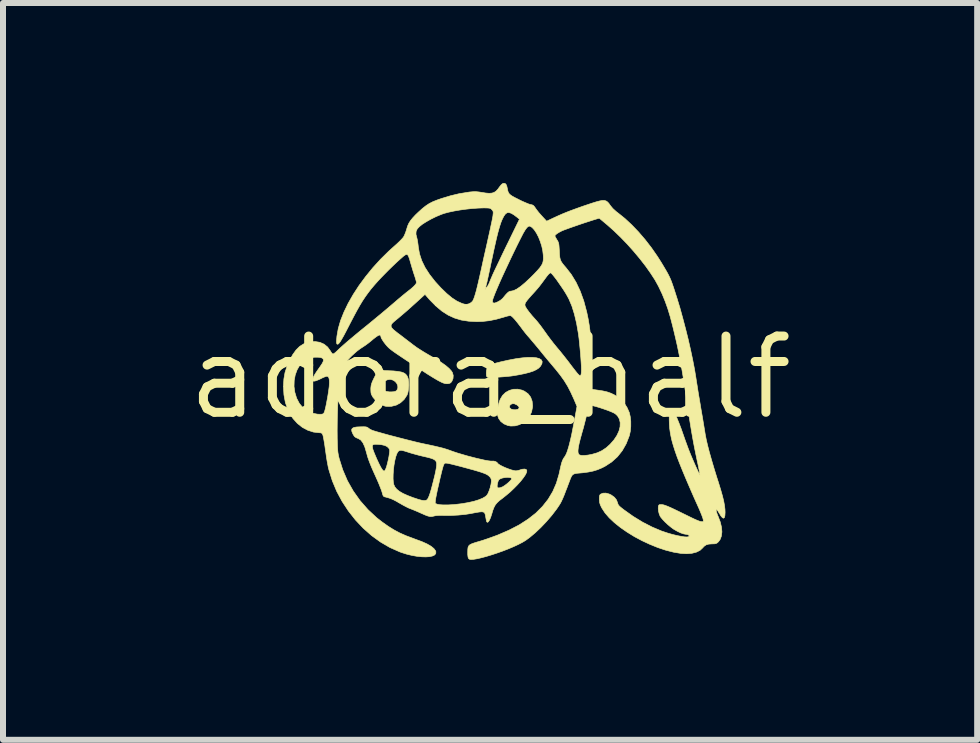
<source format=kicad_pcb>
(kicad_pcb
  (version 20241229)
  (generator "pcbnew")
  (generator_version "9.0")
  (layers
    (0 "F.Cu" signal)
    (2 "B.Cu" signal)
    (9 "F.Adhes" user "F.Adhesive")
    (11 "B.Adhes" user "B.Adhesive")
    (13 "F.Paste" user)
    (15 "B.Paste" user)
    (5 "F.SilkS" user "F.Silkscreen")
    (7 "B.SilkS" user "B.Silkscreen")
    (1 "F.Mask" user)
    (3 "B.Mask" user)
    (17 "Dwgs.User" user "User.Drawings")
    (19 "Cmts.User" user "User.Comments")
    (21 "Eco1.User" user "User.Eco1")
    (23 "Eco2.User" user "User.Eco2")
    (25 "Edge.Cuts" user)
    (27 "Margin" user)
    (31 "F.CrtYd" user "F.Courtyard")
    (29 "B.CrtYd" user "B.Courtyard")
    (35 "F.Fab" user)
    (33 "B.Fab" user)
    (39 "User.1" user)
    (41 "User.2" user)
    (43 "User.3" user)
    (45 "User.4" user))
  (footprint "adora_half"
    (layer "F.Cu")
    (at 5.118 3.241)
    (property "Reference" "adora_half" (at 0 0 0) (layer "F.SilkS") (effects (font (size 1.27 1.27) (thickness 0.15))))
    (attr through_hole)
    (fp_poly (pts (xy 0.773 -0.328) (xy 0.822 -0.314) (xy 0.854 -0.293) (xy 0.868 -0.265) (xy 0.863 -0.23) (xy 0.84 -0.188) (xy 0.839 -0.187) (xy 0.81 -0.157) (xy 0.771 -0.131) (xy 0.72 -0.107) (xy 0.654 -0.085) (xy 0.572 -0.064) (xy 0.472 -0.044) (xy 0.402 -0.032) (xy 0.35 -0.024) (xy 0.29 -0.018) (xy 0.224 -0.012) (xy 0.157 -0.007) (xy 0.092 -0.004) (xy 0.036 -0.003) (xy -0.01 -0.003) (xy -0.039 -0.005) (xy -0.045 -0.007) (xy -0.056 -0.015) (xy -0.062 -0.033) (xy -0.063 -0.067) (xy -0.064 -0.07) (xy -0.061 -0.114) (xy -0.052 -0.149) (xy -0.033 -0.178) (xy -0.004 -0.201) (xy 0.04 -0.222) (xy 0.1 -0.241) (xy 0.17 -0.259) (xy 0.304 -0.289) (xy 0.425 -0.312) (xy 0.534 -0.327) (xy 0.628 -0.335) (xy 0.708 -0.335) (xy 0.773 -0.328)) (stroke (width 0.01) (type solid)) (fill yes) (layer "F.SilkS"))
    (fp_poly (pts (xy 0.533 0.211) (xy 0.573 0.229) (xy 0.633 0.272) (xy 0.675 0.327) (xy 0.7 0.394) (xy 0.708 0.472) (xy 0.706 0.498) (xy 0.691 0.573) (xy 0.659 0.642) (xy 0.613 0.701) (xy 0.555 0.75) (xy 0.489 0.786) (xy 0.418 0.806) (xy 0.344 0.809) (xy 0.294 0.8) (xy 0.23 0.773) (xy 0.177 0.732) (xy 0.14 0.679) (xy 0.121 0.617) (xy 0.12 0.575) (xy 0.126 0.519) (xy 0.135 0.477) (xy 0.322 0.477) (xy 0.325 0.502) (xy 0.346 0.523) (xy 0.352 0.527) (xy 0.387 0.537) (xy 0.426 0.538) (xy 0.46 0.531) (xy 0.471 0.525) (xy 0.484 0.506) (xy 0.477 0.484) (xy 0.45 0.46) (xy 0.442 0.455) (xy 0.401 0.437) (xy 0.366 0.438) (xy 0.338 0.453) (xy 0.322 0.477) (xy 0.135 0.477) (xy 0.138 0.458) (xy 0.155 0.399) (xy 0.17 0.361) (xy 0.208 0.298) (xy 0.259 0.249) (xy 0.321 0.215) (xy 0.389 0.196) (xy 0.461 0.195) (xy 0.533 0.211)) (stroke (width 0.01) (type solid)) (fill yes) (layer "F.SilkS"))
    (fp_poly (pts (xy -1.699 -0.113) (xy -1.609 -0.109) (xy -1.536 -0.101) (xy -1.48 -0.091) (xy -1.438 -0.076) (xy -1.407 -0.055) (xy -1.385 -0.028) (xy -1.37 0.006) (xy -1.364 0.025) (xy -1.357 0.073) (xy -1.355 0.13) (xy -1.36 0.19) (xy -1.369 0.246) (xy -1.383 0.289) (xy -1.385 0.294) (xy -1.433 0.366) (xy -1.493 0.421) (xy -1.563 0.46) (xy -1.642 0.48) (xy -1.656 0.481) (xy -1.697 0.482) (xy -1.735 0.48) (xy -1.753 0.477) (xy -1.807 0.456) (xy -1.861 0.421) (xy -1.911 0.378) (xy -1.952 0.33) (xy -1.978 0.283) (xy -1.98 0.279) (xy -1.986 0.248) (xy -1.988 0.206) (xy -1.988 0.174) (xy -1.986 0.161) (xy -1.838 0.161) (xy -1.82 0.19) (xy -1.785 0.214) (xy -1.737 0.231) (xy -1.68 0.24) (xy -1.642 0.24) (xy -1.602 0.237) (xy -1.577 0.23) (xy -1.56 0.219) (xy -1.554 0.213) (xy -1.538 0.178) (xy -1.539 0.139) (xy -1.554 0.101) (xy -1.581 0.068) (xy -1.618 0.044) (xy -1.661 0.032) (xy -1.672 0.032) (xy -1.71 0.038) (xy -1.75 0.056) (xy -1.788 0.08) (xy -1.817 0.108) (xy -1.835 0.137) (xy -1.838 0.161) (xy -1.986 0.161) (xy -1.984 0.139) (xy -1.976 0.106) (xy -1.963 0.07) (xy -1.941 0.023) (xy -1.926 -0.007) (xy -1.869 -0.12) (xy -1.699 -0.113)) (stroke (width 0.01) (type solid)) (fill yes) (layer "F.SilkS"))
    (fp_poly (pts (xy -2.073 0.823) (xy -2.052 0.828) (xy -2.036 0.837) (xy -2.03 0.842) (xy -2.004 0.861) (xy -1.97 0.878) (xy -1.963 0.881) (xy -1.935 0.89) (xy -1.889 0.904) (xy -1.829 0.921) (xy -1.758 0.941) (xy -1.678 0.963) (xy -1.593 0.985) (xy -1.505 1.008) (xy -1.419 1.03) (xy -1.336 1.051) (xy -1.26 1.07) (xy -1.194 1.086) (xy -1.141 1.098) (xy -1.127 1.101) (xy -1.017 1.124) (xy -0.925 1.144) (xy -0.849 1.162) (xy -0.785 1.178) (xy -0.732 1.194) (xy -0.687 1.209) (xy -0.663 1.218) (xy -0.607 1.238) (xy -0.54 1.26) (xy -0.466 1.282) (xy -0.387 1.305) (xy -0.307 1.326) (xy -0.229 1.346) (xy -0.155 1.363) (xy -0.089 1.378) (xy -0.033 1.388) (xy 0.008 1.393) (xy 0.033 1.393) (xy 0.035 1.393) (xy 0.061 1.393) (xy 0.09 1.401) (xy 0.113 1.414) (xy 0.12 1.423) (xy 0.135 1.44) (xy 0.165 1.46) (xy 0.207 1.482) (xy 0.256 1.504) (xy 0.308 1.524) (xy 0.357 1.541) (xy 0.401 1.552) (xy 0.43 1.556) (xy 0.462 1.551) (xy 0.498 1.541) (xy 0.502 1.539) (xy 0.537 1.529) (xy 0.571 1.526) (xy 0.575 1.526) (xy 0.6 1.532) (xy 0.61 1.547) (xy 0.612 1.556) (xy 0.606 1.585) (xy 0.586 1.625) (xy 0.553 1.673) (xy 0.51 1.728) (xy 0.457 1.787) (xy 0.398 1.847) (xy 0.334 1.908) (xy 0.266 1.965) (xy 0.207 2.012) (xy 0.154 2.052) (xy 0.116 2.088) (xy 0.087 2.123) (xy 0.065 2.164) (xy 0.045 2.215) (xy 0.028 2.273) (xy 0.008 2.334) (xy -0.012 2.379) (xy -0.03 2.406) (xy -0.046 2.414) (xy -0.057 2.404) (xy -0.061 2.39) (xy -0.067 2.361) (xy -0.073 2.328) (xy -0.079 2.293) (xy -0.087 2.267) (xy -0.098 2.25) (xy -0.116 2.241) (xy -0.143 2.238) (xy -0.183 2.242) (xy -0.238 2.251) (xy -0.31 2.265) (xy -0.313 2.266) (xy -0.415 2.282) (xy -0.529 2.293) (xy -0.646 2.299) (xy -0.756 2.3) (xy -0.778 2.299) (xy -0.847 2.298) (xy -0.902 2.302) (xy -0.931 2.308) (xy -0.961 2.315) (xy -0.987 2.318) (xy -1.013 2.315) (xy -1.046 2.306) (xy -1.087 2.29) (xy -1.143 2.265) (xy -1.155 2.26) (xy -1.208 2.236) (xy -1.258 2.215) (xy -1.302 2.197) (xy -1.331 2.186) (xy -1.361 2.174) (xy -1.403 2.153) (xy -1.452 2.127) (xy -1.499 2.1) (xy -1.53 2.082) (xy -0.915 2.082) (xy -0.913 2.097) (xy -0.912 2.098) (xy -0.886 2.111) (xy -0.842 2.12) (xy -0.781 2.124) (xy -0.705 2.124) (xy -0.616 2.119) (xy -0.582 2.116) (xy -0.47 2.103) (xy -0.366 2.085) (xy -0.272 2.064) (xy -0.191 2.039) (xy -0.125 2.012) (xy -0.076 1.983) (xy -0.055 1.964) (xy -0.035 1.933) (xy -0.016 1.887) (xy 0.002 1.834) (xy 0.011 1.795) (xy 0.118 1.795) (xy 0.118 1.822) (xy 0.121 1.83) (xy 0.139 1.841) (xy 0.17 1.837) (xy 0.21 1.821) (xy 0.239 1.803) (xy 0.273 1.778) (xy 0.306 1.75) (xy 0.334 1.723) (xy 0.354 1.7) (xy 0.36 1.688) (xy 0.351 1.674) (xy 0.326 1.667) (xy 0.291 1.664) (xy 0.251 1.667) (xy 0.211 1.674) (xy 0.176 1.685) (xy 0.151 1.7) (xy 0.146 1.704) (xy 0.134 1.728) (xy 0.124 1.761) (xy 0.118 1.795) (xy 0.011 1.795) (xy 0.015 1.779) (xy 0.021 1.731) (xy 0.021 1.72) (xy 0.017 1.69) (xy 0.003 1.665) (xy -0.016 1.645) (xy -0.031 1.632) (xy -0.05 1.62) (xy -0.075 1.607) (xy -0.108 1.594) (xy -0.15 1.579) (xy -0.205 1.562) (xy -0.273 1.542) (xy -0.357 1.519) (xy -0.46 1.491) (xy -0.474 1.487) (xy -0.56 1.465) (xy -0.627 1.448) (xy -0.678 1.436) (xy -0.714 1.429) (xy -0.738 1.427) (xy -0.751 1.428) (xy -0.751 1.429) (xy -0.761 1.435) (xy -0.769 1.446) (xy -0.777 1.463) (xy -0.786 1.49) (xy -0.797 1.53) (xy -0.811 1.584) (xy -0.828 1.656) (xy -0.83 1.662) (xy -0.856 1.777) (xy -0.878 1.872) (xy -0.894 1.95) (xy -0.906 2.01) (xy -0.912 2.054) (xy -0.915 2.082) (xy -1.53 2.082) (xy -1.563 2.063) (xy -1.615 2.036) (xy -1.659 2.017) (xy -1.703 2.003) (xy -1.74 1.993) (xy -1.762 1.988) (xy -1.776 1.979) (xy -1.786 1.963) (xy -1.795 1.933) (xy -1.801 1.911) (xy -1.812 1.877) (xy -1.831 1.829) (xy -1.854 1.771) (xy -1.881 1.708) (xy -1.891 1.686) (xy -1.617 1.686) (xy -1.613 1.745) (xy -1.606 1.782) (xy -1.588 1.823) (xy -1.557 1.861) (xy -1.513 1.897) (xy -1.453 1.932) (xy -1.375 1.967) (xy -1.279 2.004) (xy -1.259 2.01) (xy -1.194 2.032) (xy -1.145 2.045) (xy -1.109 2.051) (xy -1.082 2.051) (xy -1.061 2.044) (xy -1.059 2.043) (xy -1.045 2.031) (xy -1.031 2.008) (xy -1.016 1.973) (xy -0.999 1.924) (xy -0.98 1.859) (xy -0.958 1.776) (xy -0.943 1.716) (xy -0.921 1.628) (xy -0.906 1.558) (xy -0.896 1.503) (xy -0.891 1.461) (xy -0.891 1.43) (xy -0.897 1.407) (xy -0.907 1.39) (xy -0.911 1.386) (xy -0.925 1.373) (xy -0.942 1.363) (xy -0.965 1.353) (xy -0.999 1.342) (xy -1.045 1.33) (xy -1.108 1.315) (xy -1.127 1.311) (xy -1.192 1.295) (xy -1.262 1.276) (xy -1.329 1.257) (xy -1.375 1.242) (xy -1.433 1.224) (xy -1.475 1.214) (xy -1.504 1.215) (xy -1.526 1.226) (xy -1.543 1.248) (xy -1.556 1.274) (xy -1.574 1.325) (xy -1.589 1.389) (xy -1.602 1.463) (xy -1.611 1.54) (xy -1.616 1.616) (xy -1.617 1.686) (xy -1.891 1.686) (xy -1.904 1.657) (xy -1.945 1.566) (xy -1.978 1.491) (xy -2.004 1.426) (xy -2.025 1.37) (xy -2.043 1.317) (xy -2.057 1.264) (xy -2.065 1.236) (xy -2.09 1.152) (xy -2.097 1.138) (xy -1.962 1.138) (xy -1.962 1.165) (xy -1.952 1.203) (xy -1.932 1.256) (xy -1.903 1.325) (xy -1.888 1.36) (xy -1.851 1.439) (xy -1.82 1.499) (xy -1.794 1.539) (xy -1.774 1.558) (xy -1.763 1.56) (xy -1.752 1.547) (xy -1.738 1.52) (xy -1.725 1.484) (xy -1.725 1.483) (xy -1.713 1.44) (xy -1.7 1.385) (xy -1.688 1.328) (xy -1.685 1.311) (xy -1.678 1.264) (xy -1.674 1.232) (xy -1.674 1.211) (xy -1.678 1.196) (xy -1.686 1.182) (xy -1.687 1.181) (xy -1.714 1.153) (xy -1.754 1.133) (xy -1.811 1.12) (xy -1.861 1.115) (xy -1.902 1.113) (xy -1.932 1.114) (xy -1.953 1.122) (xy -1.962 1.138) (xy -2.097 1.138) (xy -2.12 1.088) (xy -2.155 1.043) (xy -2.194 1.019) (xy -2.196 1.018) (xy -2.233 1.003) (xy -2.259 0.985) (xy -2.279 0.955) (xy -2.287 0.94) (xy -2.304 0.9) (xy -2.308 0.869) (xy -2.297 0.848) (xy -2.269 0.833) (xy -2.224 0.825) (xy -2.159 0.822) (xy -2.152 0.822) (xy -2.104 0.821) (xy -2.073 0.823)) (stroke (width 0.01) (type solid)) (fill yes) (layer "F.SilkS"))
    (fp_poly (pts (xy 0.248 -3.234) (xy 0.265 -3.219) (xy 0.278 -3.189) (xy 0.286 -3.154) (xy 0.293 -3.118) (xy 0.302 -3.089) (xy 0.315 -3.066) (xy 0.335 -3.046) (xy 0.364 -3.025) (xy 0.407 -3.001) (xy 0.465 -2.972) (xy 0.478 -2.965) (xy 0.533 -2.938) (xy 0.586 -2.915) (xy 0.631 -2.896) (xy 0.665 -2.884) (xy 0.677 -2.882) (xy 0.703 -2.876) (xy 0.723 -2.865) (xy 0.742 -2.843) (xy 0.756 -2.822) (xy 0.779 -2.79) (xy 0.811 -2.749) (xy 0.848 -2.707) (xy 0.867 -2.686) (xy 0.942 -2.605) (xy 1.061 -2.661) (xy 1.133 -2.694) (xy 1.203 -2.725) (xy 1.274 -2.754) (xy 1.352 -2.784) (xy 1.439 -2.816) (xy 1.54 -2.852) (xy 1.608 -2.875) (xy 1.697 -2.905) (xy 1.768 -2.927) (xy 1.825 -2.942) (xy 1.869 -2.95) (xy 1.904 -2.95) (xy 1.932 -2.942) (xy 1.956 -2.926) (xy 1.978 -2.903) (xy 2 -2.871) (xy 2.006 -2.863) (xy 2.045 -2.816) (xy 2.101 -2.765) (xy 2.139 -2.736) (xy 2.247 -2.649) (xy 2.359 -2.545) (xy 2.472 -2.427) (xy 2.583 -2.298) (xy 2.689 -2.161) (xy 2.787 -2.02) (xy 2.85 -1.921) (xy 2.895 -1.846) (xy 2.931 -1.785) (xy 2.96 -1.734) (xy 2.983 -1.689) (xy 3.003 -1.646) (xy 3.021 -1.602) (xy 3.039 -1.552) (xy 3.059 -1.493) (xy 3.068 -1.466) (xy 3.116 -1.316) (xy 3.165 -1.154) (xy 3.212 -0.983) (xy 3.258 -0.808) (xy 3.302 -0.632) (xy 3.341 -0.46) (xy 3.376 -0.295) (xy 3.406 -0.14) (xy 3.429 -0.001) (xy 3.434 0.032) (xy 3.44 0.073) (xy 3.45 0.132) (xy 3.461 0.204) (xy 3.474 0.285) (xy 3.489 0.372) (xy 3.504 0.461) (xy 3.508 0.487) (xy 3.523 0.576) (xy 3.539 0.666) (xy 3.553 0.752) (xy 3.566 0.83) (xy 3.577 0.897) (xy 3.585 0.948) (xy 3.587 0.958) (xy 3.602 1.035) (xy 3.624 1.13) (xy 3.653 1.242) (xy 3.689 1.37) (xy 3.731 1.512) (xy 3.779 1.668) (xy 3.804 1.745) (xy 3.841 1.865) (xy 3.87 1.967) (xy 3.892 2.055) (xy 3.906 2.131) (xy 3.914 2.197) (xy 3.916 2.247) (xy 3.913 2.3) (xy 3.905 2.333) (xy 3.891 2.345) (xy 3.872 2.337) (xy 3.847 2.308) (xy 3.817 2.259) (xy 3.815 2.256) (xy 3.793 2.22) (xy 3.778 2.203) (xy 3.769 2.203) (xy 3.768 2.218) (xy 3.774 2.246) (xy 3.788 2.287) (xy 3.8 2.315) (xy 3.835 2.407) (xy 3.856 2.494) (xy 3.863 2.573) (xy 3.854 2.644) (xy 3.832 2.702) (xy 3.805 2.738) (xy 3.784 2.757) (xy 3.765 2.767) (xy 3.74 2.772) (xy 3.702 2.773) (xy 3.699 2.773) (xy 3.642 2.777) (xy 3.599 2.79) (xy 3.564 2.815) (xy 3.542 2.84) (xy 3.498 2.881) (xy 3.437 2.911) (xy 3.363 2.93) (xy 3.276 2.937) (xy 3.18 2.932) (xy 3.056 2.911) (xy 2.926 2.878) (xy 2.794 2.834) (xy 2.661 2.78) (xy 2.53 2.719) (xy 2.403 2.651) (xy 2.283 2.577) (xy 2.172 2.5) (xy 2.072 2.42) (xy 1.985 2.338) (xy 1.915 2.257) (xy 1.863 2.177) (xy 1.857 2.166) (xy 1.836 2.121) (xy 1.825 2.085) (xy 1.821 2.047) (xy 1.82 2.026) (xy 1.821 1.988) (xy 1.826 1.964) (xy 1.835 1.949) (xy 1.844 1.943) (xy 1.882 1.928) (xy 1.93 1.927) (xy 1.982 1.941) (xy 2.018 1.958) (xy 2.071 1.996) (xy 2.106 2.04) (xy 2.125 2.091) (xy 2.131 2.111) (xy 2.142 2.13) (xy 2.161 2.15) (xy 2.192 2.176) (xy 2.228 2.204) (xy 2.384 2.315) (xy 2.543 2.412) (xy 2.701 2.493) (xy 2.855 2.558) (xy 2.879 2.566) (xy 2.96 2.593) (xy 3.039 2.616) (xy 3.114 2.634) (xy 3.181 2.647) (xy 3.238 2.656) (xy 3.282 2.658) (xy 3.31 2.653) (xy 3.316 2.649) (xy 3.318 2.637) (xy 3.305 2.624) (xy 3.282 2.615) (xy 3.266 2.614) (xy 3.227 2.607) (xy 3.176 2.59) (xy 3.12 2.563) (xy 3.062 2.53) (xy 3.053 2.524) (xy 3.01 2.492) (xy 2.963 2.453) (xy 2.917 2.41) (xy 2.877 2.368) (xy 2.846 2.331) (xy 2.832 2.309) (xy 2.817 2.27) (xy 2.806 2.225) (xy 2.802 2.181) (xy 2.804 2.146) (xy 2.806 2.139) (xy 2.814 2.125) (xy 2.826 2.118) (xy 2.85 2.118) (xy 2.869 2.119) (xy 2.891 2.123) (xy 2.919 2.132) (xy 2.956 2.146) (xy 3.005 2.167) (xy 3.067 2.196) (xy 3.144 2.233) (xy 3.205 2.263) (xy 3.289 2.304) (xy 3.356 2.337) (xy 3.409 2.362) (xy 3.45 2.38) (xy 3.481 2.392) (xy 3.505 2.4) (xy 3.523 2.403) (xy 3.538 2.404) (xy 3.544 2.404) (xy 3.553 2.396) (xy 3.553 2.375) (xy 3.544 2.34) (xy 3.525 2.289) (xy 3.497 2.221) (xy 3.475 2.17) (xy 3.394 1.99) (xy 3.323 1.827) (xy 3.26 1.68) (xy 3.205 1.548) (xy 3.157 1.429) (xy 3.116 1.322) (xy 3.082 1.225) (xy 3.054 1.137) (xy 3.031 1.057) (xy 3.014 0.982) (xy 3.001 0.911) (xy 2.992 0.844) (xy 2.987 0.778) (xy 2.985 0.712) (xy 2.985 0.691) (xy 2.985 0.628) (xy 2.988 0.583) (xy 2.992 0.554) (xy 3 0.537) (xy 3.01 0.53) (xy 3.017 0.529) (xy 3.035 0.538) (xy 3.057 0.564) (xy 3.083 0.609) (xy 3.112 0.672) (xy 3.146 0.755) (xy 3.185 0.857) (xy 3.226 0.974) (xy 3.25 1.043) (xy 3.278 1.119) (xy 3.305 1.193) (xy 3.33 1.256) (xy 3.332 1.261) (xy 3.353 1.312) (xy 3.377 1.368) (xy 3.402 1.426) (xy 3.427 1.482) (xy 3.45 1.533) (xy 3.47 1.576) (xy 3.486 1.608) (xy 3.496 1.625) (xy 3.499 1.627) (xy 3.497 1.616) (xy 3.492 1.588) (xy 3.484 1.545) (xy 3.473 1.491) (xy 3.46 1.428) (xy 3.455 1.407) (xy 3.427 1.273) (xy 3.401 1.144) (xy 3.377 1.015) (xy 3.354 0.883) (xy 3.331 0.742) (xy 3.307 0.59) (xy 3.282 0.421) (xy 3.275 0.371) (xy 3.248 0.191) (xy 3.223 0.027) (xy 3.198 -0.122) (xy 3.173 -0.262) (xy 3.147 -0.396) (xy 3.12 -0.528) (xy 3.09 -0.66) (xy 3.057 -0.798) (xy 3.041 -0.863) (xy 3.002 -1.012) (xy 2.961 -1.147) (xy 2.917 -1.27) (xy 2.868 -1.39) (xy 2.811 -1.51) (xy 2.804 -1.524) (xy 2.747 -1.627) (xy 2.675 -1.738) (xy 2.591 -1.857) (xy 2.496 -1.979) (xy 2.394 -2.101) (xy 2.286 -2.222) (xy 2.175 -2.337) (xy 2.063 -2.445) (xy 1.954 -2.542) (xy 1.949 -2.546) (xy 1.819 -2.655) (xy 1.769 -2.64) (xy 1.71 -2.622) (xy 1.642 -2.6) (xy 1.568 -2.576) (xy 1.491 -2.55) (xy 1.416 -2.524) (xy 1.347 -2.5) (xy 1.286 -2.478) (xy 1.237 -2.46) (xy 1.204 -2.447) (xy 1.201 -2.446) (xy 1.153 -2.421) (xy 1.114 -2.397) (xy 1.088 -2.375) (xy 1.079 -2.359) (xy 1.085 -2.346) (xy 1.098 -2.322) (xy 1.113 -2.296) (xy 1.128 -2.273) (xy 1.137 -2.251) (xy 1.144 -2.228) (xy 1.148 -2.196) (xy 1.151 -2.153) (xy 1.154 -2.108) (xy 1.157 -2.046) (xy 1.162 -1.999) (xy 1.171 -1.962) (xy 1.186 -1.93) (xy 1.209 -1.896) (xy 1.242 -1.856) (xy 1.26 -1.836) (xy 1.353 -1.717) (xy 1.433 -1.585) (xy 1.502 -1.438) (xy 1.561 -1.275) (xy 1.609 -1.095) (xy 1.613 -1.077) (xy 1.634 -0.976) (xy 1.651 -0.876) (xy 1.665 -0.776) (xy 1.676 -0.672) (xy 1.684 -0.56) (xy 1.689 -0.438) (xy 1.692 -0.301) (xy 1.693 -0.146) (xy 1.693 -0.142) (xy 1.693 0.197) (xy 1.795 0.211) (xy 1.879 0.224) (xy 1.949 0.24) (xy 2.012 0.262) (xy 2.067 0.288) (xy 2.152 0.342) (xy 2.224 0.412) (xy 2.281 0.498) (xy 2.319 0.583) (xy 2.335 0.651) (xy 2.344 0.731) (xy 2.344 0.816) (xy 2.336 0.898) (xy 2.32 0.972) (xy 2.319 0.973) (xy 2.268 1.104) (xy 2.202 1.22) (xy 2.121 1.322) (xy 2.024 1.409) (xy 1.913 1.481) (xy 1.859 1.508) (xy 1.787 1.538) (xy 1.714 1.56) (xy 1.634 1.576) (xy 1.544 1.588) (xy 1.487 1.593) (xy 1.443 1.597) (xy 1.411 1.603) (xy 1.387 1.613) (xy 1.368 1.629) (xy 1.352 1.655) (xy 1.336 1.692) (xy 1.317 1.743) (xy 1.291 1.811) (xy 1.291 1.813) (xy 1.259 1.894) (xy 1.234 1.96) (xy 1.212 2.012) (xy 1.193 2.054) (xy 1.175 2.09) (xy 1.155 2.123) (xy 1.133 2.156) (xy 1.108 2.193) (xy 1.104 2.198) (xy 1.026 2.3) (xy 0.938 2.402) (xy 0.845 2.5) (xy 0.751 2.589) (xy 0.659 2.666) (xy 0.589 2.717) (xy 0.535 2.749) (xy 0.467 2.784) (xy 0.389 2.82) (xy 0.304 2.856) (xy 0.214 2.891) (xy 0.121 2.924) (xy 0.03 2.954) (xy -0.058 2.981) (xy -0.14 3.003) (xy -0.212 3.02) (xy -0.273 3.03) (xy -0.319 3.033) (xy -0.341 3.03) (xy -0.358 3.019) (xy -0.368 2.994) (xy -0.373 2.952) (xy -0.373 2.908) (xy -0.372 2.865) (xy -0.368 2.833) (xy -0.358 2.808) (xy -0.339 2.789) (xy -0.309 2.773) (xy -0.265 2.757) (xy -0.203 2.738) (xy -0.188 2.734) (xy -0.119 2.713) (xy -0.039 2.686) (xy 0.042 2.657) (xy 0.116 2.63) (xy 0.129 2.625) (xy 0.316 2.544) (xy 0.484 2.457) (xy 0.632 2.362) (xy 0.762 2.26) (xy 0.873 2.149) (xy 0.967 2.03) (xy 1.044 1.901) (xy 1.104 1.763) (xy 1.148 1.614) (xy 1.159 1.564) (xy 1.176 1.486) (xy 1.191 1.426) (xy 1.207 1.381) (xy 1.223 1.349) (xy 1.233 1.335) (xy 1.253 1.306) (xy 1.273 1.266) (xy 1.292 1.214) (xy 1.293 1.21) (xy 1.465 1.21) (xy 1.465 1.246) (xy 1.473 1.272) (xy 1.486 1.288) (xy 1.49 1.291) (xy 1.521 1.299) (xy 1.569 1.3) (xy 1.632 1.293) (xy 1.696 1.281) (xy 1.786 1.255) (xy 1.864 1.219) (xy 1.937 1.17) (xy 2.001 1.112) (xy 2.065 1.039) (xy 2.114 0.965) (xy 2.148 0.891) (xy 2.166 0.82) (xy 2.168 0.752) (xy 2.154 0.692) (xy 2.123 0.639) (xy 2.086 0.605) (xy 2.058 0.589) (xy 2.013 0.569) (xy 1.957 0.547) (xy 1.894 0.525) (xy 1.828 0.503) (xy 1.764 0.484) (xy 1.717 0.472) (xy 1.678 0.464) (xy 1.655 0.463) (xy 1.646 0.468) (xy 1.645 0.469) (xy 1.641 0.484) (xy 1.634 0.515) (xy 1.624 0.558) (xy 1.612 0.609) (xy 1.61 0.619) (xy 1.595 0.682) (xy 1.576 0.756) (xy 1.556 0.834) (xy 1.535 0.906) (xy 1.531 0.921) (xy 1.504 1.018) (xy 1.484 1.098) (xy 1.471 1.161) (xy 1.465 1.21) (xy 1.293 1.21) (xy 1.312 1.147) (xy 1.333 1.065) (xy 1.356 0.967) (xy 1.379 0.85) (xy 1.405 0.714) (xy 1.406 0.709) (xy 1.448 0.482) (xy 1.395 0.357) (xy 1.344 0.246) (xy 1.293 0.147) (xy 1.236 0.054) (xy 1.171 -0.037) (xy 1.094 -0.134) (xy 1.064 -0.169) (xy 1.03 -0.21) (xy 0.986 -0.262) (xy 0.936 -0.322) (xy 0.885 -0.384) (xy 0.836 -0.445) (xy 0.79 -0.501) (xy 0.745 -0.555) (xy 0.703 -0.604) (xy 0.669 -0.645) (xy 0.645 -0.673) (xy 0.642 -0.676) (xy 0.615 -0.707) (xy 0.58 -0.75) (xy 0.543 -0.798) (xy 0.512 -0.84) (xy 0.459 -0.909) (xy 0.416 -0.962) (xy 0.381 -1) (xy 0.355 -1.023) (xy 0.346 -1.028) (xy 0.329 -1.031) (xy 0.299 -1.026) (xy 0.254 -1.014) (xy 0.229 -1.006) (xy 0.104 -0.971) (xy -0.012 -0.947) (xy -0.126 -0.934) (xy -0.222 -0.931) (xy -0.357 -0.938) (xy -0.48 -0.957) (xy -0.593 -0.991) (xy -0.7 -1.04) (xy -0.803 -1.106) (xy -0.903 -1.19) (xy -0.919 -1.206) (xy 0.58 -1.206) (xy 0.586 -1.185) (xy 0.589 -1.179) (xy 0.613 -1.14) (xy 0.65 -1.09) (xy 0.699 -1.03) (xy 0.758 -0.964) (xy 0.761 -0.961) (xy 0.795 -0.921) (xy 0.836 -0.869) (xy 0.878 -0.812) (xy 0.917 -0.757) (xy 0.919 -0.755) (xy 0.959 -0.698) (xy 1.007 -0.634) (xy 1.058 -0.568) (xy 1.107 -0.508) (xy 1.116 -0.497) (xy 1.165 -0.439) (xy 1.218 -0.373) (xy 1.27 -0.307) (xy 1.316 -0.248) (xy 1.323 -0.238) (xy 1.377 -0.167) (xy 1.42 -0.112) (xy 1.452 -0.072) (xy 1.477 -0.045) (xy 1.494 -0.032) (xy 1.506 -0.031) (xy 1.513 -0.042) (xy 1.518 -0.062) (xy 1.521 -0.091) (xy 1.521 -0.098) (xy 1.522 -0.132) (xy 1.521 -0.183) (xy 1.517 -0.248) (xy 1.512 -0.323) (xy 1.506 -0.404) (xy 1.498 -0.487) (xy 1.49 -0.57) (xy 1.482 -0.647) (xy 1.473 -0.716) (xy 1.47 -0.736) (xy 1.441 -0.903) (xy 1.405 -1.055) (xy 1.363 -1.19) (xy 1.314 -1.306) (xy 1.285 -1.36) (xy 1.257 -1.408) (xy 1.223 -1.462) (xy 1.185 -1.518) (xy 1.147 -1.573) (xy 1.11 -1.626) (xy 1.075 -1.672) (xy 1.046 -1.708) (xy 1.024 -1.733) (xy 1.011 -1.744) (xy 1.011 -1.744) (xy 0.995 -1.739) (xy 0.974 -1.721) (xy 0.946 -1.687) (xy 0.937 -1.675) (xy 0.89 -1.611) (xy 0.852 -1.56) (xy 0.82 -1.518) (xy 0.789 -1.481) (xy 0.757 -1.444) (xy 0.721 -1.404) (xy 0.696 -1.377) (xy 0.649 -1.324) (xy 0.615 -1.283) (xy 0.593 -1.252) (xy 0.582 -1.227) (xy 0.58 -1.206) (xy -0.919 -1.206) (xy -1.005 -1.293) (xy -1.033 -1.325) (xy -1.085 -1.385) (xy -1.254 -1.231) (xy -1.312 -1.179) (xy -1.372 -1.125) (xy -1.43 -1.075) (xy -1.482 -1.031) (xy -1.522 -0.997) (xy -1.524 -0.995) (xy -1.573 -0.955) (xy -1.608 -0.925) (xy -1.63 -0.904) (xy -1.643 -0.887) (xy -1.649 -0.872) (xy -1.65 -0.858) (xy -1.649 -0.85) (xy -1.645 -0.836) (xy -1.633 -0.82) (xy -1.613 -0.799) (xy -1.58 -0.772) (xy -1.534 -0.735) (xy -1.506 -0.715) (xy -1.449 -0.671) (xy -1.389 -0.625) (xy -1.331 -0.581) (xy -1.282 -0.543) (xy -1.268 -0.533) (xy -1.222 -0.499) (xy -1.163 -0.461) (xy -1.099 -0.421) (xy -1.036 -0.384) (xy -1.021 -0.375) (xy -0.908 -0.31) (xy -0.815 -0.252) (xy -0.74 -0.199) (xy -0.684 -0.151) (xy -0.645 -0.108) (xy -0.629 -0.083) (xy -0.615 -0.035) (xy -0.618 0.017) (xy -0.637 0.063) (xy -0.638 0.065) (xy -0.658 0.089) (xy -0.682 0.1) (xy -0.707 0.104) (xy -0.726 0.104) (xy -0.746 0.102) (xy -0.769 0.096) (xy -0.796 0.086) (xy -0.829 0.07) (xy -0.869 0.049) (xy -0.917 0.021) (xy -0.975 -0.014) (xy -1.044 -0.057) (xy -1.125 -0.11) (xy -1.221 -0.172) (xy -1.332 -0.245) (xy -1.399 -0.289) (xy -1.478 -0.342) (xy -1.542 -0.385) (xy -1.592 -0.419) (xy -1.632 -0.448) (xy -1.663 -0.472) (xy -1.688 -0.493) (xy -1.709 -0.514) (xy -1.728 -0.535) (xy -1.746 -0.557) (xy -1.775 -0.595) (xy -1.798 -0.631) (xy -1.814 -0.659) (xy -1.817 -0.669) (xy -1.823 -0.692) (xy -1.832 -0.705) (xy -1.847 -0.707) (xy -1.868 -0.698) (xy -1.9 -0.677) (xy -1.943 -0.644) (xy -1.984 -0.609) (xy -2.029 -0.573) (xy -2.078 -0.537) (xy -2.123 -0.507) (xy -2.139 -0.497) (xy -2.174 -0.473) (xy -2.219 -0.439) (xy -2.266 -0.398) (xy -2.309 -0.358) (xy -2.352 -0.314) (xy -2.389 -0.272) (xy -2.42 -0.231) (xy -2.446 -0.186) (xy -2.468 -0.138) (xy -2.486 -0.083) (xy -2.5 -0.019) (xy -2.511 0.056) (xy -2.521 0.143) (xy -2.529 0.246) (xy -2.535 0.365) (xy -2.541 0.49) (xy -2.544 0.583) (xy -2.547 0.685) (xy -2.548 0.789) (xy -2.549 0.888) (xy -2.548 0.976) (xy -2.548 1.009) (xy -2.546 1.089) (xy -2.544 1.153) (xy -2.541 1.203) (xy -2.537 1.244) (xy -2.531 1.281) (xy -2.524 1.316) (xy -2.516 1.349) (xy -2.456 1.539) (xy -2.378 1.721) (xy -2.281 1.892) (xy -2.167 2.053) (xy -2.036 2.202) (xy -1.89 2.338) (xy -1.796 2.411) (xy -1.697 2.481) (xy -1.602 2.54) (xy -1.506 2.591) (xy -1.402 2.637) (xy -1.284 2.681) (xy -1.247 2.695) (xy -1.138 2.735) (xy -1.051 2.774) (xy -0.984 2.813) (xy -0.937 2.851) (xy -0.909 2.889) (xy -0.904 2.904) (xy -0.906 2.934) (xy -0.925 2.958) (xy -0.961 2.975) (xy -1.01 2.986) (xy -1.071 2.99) (xy -1.142 2.988) (xy -1.22 2.98) (xy -1.304 2.965) (xy -1.391 2.944) (xy -1.479 2.916) (xy -1.509 2.905) (xy -1.671 2.833) (xy -1.827 2.742) (xy -1.976 2.634) (xy -2.115 2.511) (xy -2.245 2.373) (xy -2.362 2.224) (xy -2.467 2.064) (xy -2.557 1.896) (xy -2.63 1.721) (xy -2.686 1.541) (xy -2.697 1.498) (xy -2.705 1.456) (xy -2.716 1.398) (xy -2.727 1.331) (xy -2.737 1.259) (xy -2.746 1.198) (xy -2.755 1.132) (xy -2.765 1.071) (xy -2.774 1.019) (xy -2.782 0.98) (xy -2.788 0.957) (xy -2.788 0.957) (xy -2.801 0.933) (xy -2.818 0.923) (xy -2.844 0.921) (xy -2.943 0.91) (xy -3.039 0.879) (xy -3.129 0.831) (xy -3.212 0.765) (xy -3.284 0.685) (xy -3.311 0.646) (xy -3.37 0.537) (xy -3.412 0.418) (xy -3.436 0.289) (xy -3.444 0.149) (xy -3.268 0.149) (xy -3.255 0.245) (xy -3.225 0.345) (xy -3.18 0.431) (xy -3.123 0.501) (xy -3.053 0.555) (xy -2.972 0.592) (xy -2.88 0.611) (xy -2.839 0.613) (xy -2.805 0.612) (xy -2.784 0.606) (xy -2.771 0.593) (xy -2.769 0.59) (xy -2.76 0.57) (xy -2.75 0.535) (xy -2.739 0.489) (xy -2.732 0.455) (xy -2.709 0.335) (xy -2.693 0.235) (xy -2.682 0.153) (xy -2.678 0.087) (xy -2.68 0.039) (xy -2.687 0.005) (xy -2.701 -0.015) (xy -2.72 -0.021) (xy -2.721 -0.021) (xy -2.74 -0.016) (xy -2.772 -0.004) (xy -2.809 0.013) (xy -2.813 0.016) (xy -2.853 0.035) (xy -2.891 0.05) (xy -2.918 0.059) (xy -2.919 0.059) (xy -2.942 0.062) (xy -2.951 0.056) (xy -2.953 0.034) (xy -2.953 0.03) (xy -2.951 0.014) (xy -2.946 -0.005) (xy -2.935 -0.027) (xy -2.918 -0.057) (xy -2.892 -0.097) (xy -2.855 -0.15) (xy -2.834 -0.18) (xy -2.801 -0.229) (xy -2.783 -0.264) (xy -2.777 -0.29) (xy -2.783 -0.309) (xy -2.798 -0.323) (xy -2.828 -0.334) (xy -2.871 -0.338) (xy -2.922 -0.338) (xy -2.974 -0.332) (xy -3.021 -0.322) (xy -3.053 -0.31) (xy -3.119 -0.264) (xy -3.174 -0.202) (xy -3.217 -0.127) (xy -3.248 -0.042) (xy -3.265 0.051) (xy -3.268 0.149) (xy -3.444 0.149) (xy -3.444 0.148) (xy -3.444 0.143) (xy -3.437 0.025) (xy -3.418 -0.083) (xy -3.384 -0.189) (xy -3.344 -0.28) (xy -3.291 -0.379) (xy -3.235 -0.457) (xy -3.175 -0.517) (xy -3.109 -0.559) (xy -3.037 -0.586) (xy -3.006 -0.593) (xy -2.917 -0.599) (xy -2.837 -0.586) (xy -2.767 -0.555) (xy -2.708 -0.507) (xy -2.66 -0.44) (xy -2.652 -0.426) (xy -2.636 -0.403) (xy -2.62 -0.392) (xy -2.618 -0.392) (xy -2.602 -0.399) (xy -2.578 -0.417) (xy -2.55 -0.443) (xy -2.508 -0.484) (xy -2.45 -0.536) (xy -2.378 -0.599) (xy -2.292 -0.671) (xy -2.195 -0.752) (xy -2.088 -0.839) (xy -2.053 -0.867) (xy -1.98 -0.927) (xy -1.899 -0.994) (xy -1.814 -1.064) (xy -1.732 -1.133) (xy -1.66 -1.194) (xy -1.651 -1.202) (xy -1.591 -1.253) (xy -1.533 -1.303) (xy -1.478 -1.349) (xy -1.431 -1.388) (xy -1.394 -1.418) (xy -1.381 -1.428) (xy -1.319 -1.477) (xy -1.274 -1.517) (xy -1.245 -1.548) (xy -1.23 -1.571) (xy -1.228 -1.582) (xy -1.231 -1.602) (xy -1.24 -1.636) (xy -1.253 -1.678) (xy -1.26 -1.699) (xy -1.277 -1.75) (xy -1.296 -1.812) (xy -1.315 -1.877) (xy -1.328 -1.921) (xy -1.345 -1.98) (xy -1.36 -2.021) (xy -1.374 -2.044) (xy -1.39 -2.052) (xy -1.41 -2.045) (xy -1.437 -2.027) (xy -1.448 -2.018) (xy -1.498 -1.974) (xy -1.559 -1.919) (xy -1.625 -1.856) (xy -1.694 -1.789) (xy -1.76 -1.722) (xy -1.821 -1.659) (xy -1.868 -1.609) (xy -1.929 -1.54) (xy -1.984 -1.475) (xy -2.033 -1.411) (xy -2.08 -1.346) (xy -2.126 -1.277) (xy -2.172 -1.201) (xy -2.221 -1.114) (xy -2.274 -1.015) (xy -2.334 -0.9) (xy -2.354 -0.861) (xy -2.401 -0.77) (xy -2.439 -0.698) (xy -2.471 -0.642) (xy -2.496 -0.6) (xy -2.516 -0.573) (xy -2.531 -0.558) (xy -2.544 -0.554) (xy -2.552 -0.558) (xy -2.557 -0.568) (xy -2.56 -0.587) (xy -2.559 -0.618) (xy -2.555 -0.665) (xy -2.553 -0.688) (xy -2.531 -0.814) (xy -2.492 -0.949) (xy -2.436 -1.09) (xy -2.366 -1.235) (xy -2.281 -1.384) (xy -2.184 -1.533) (xy -2.074 -1.682) (xy -1.955 -1.828) (xy -1.826 -1.97) (xy -1.689 -2.105) (xy -1.598 -2.187) (xy -1.552 -2.228) (xy -1.51 -2.268) (xy -1.475 -2.304) (xy -1.451 -2.331) (xy -1.445 -2.338) (xy -1.428 -2.369) (xy -1.421 -2.387) (xy -1.236 -2.387) (xy -1.223 -2.334) (xy -1.222 -2.332) (xy -1.215 -2.302) (xy -1.207 -2.258) (xy -1.2 -2.207) (xy -1.197 -2.176) (xy -1.177 -2.062) (xy -1.14 -1.948) (xy -1.084 -1.833) (xy -1.009 -1.717) (xy -0.915 -1.597) (xy -0.821 -1.494) (xy -0.724 -1.4) (xy -0.635 -1.326) (xy -0.552 -1.272) (xy -0.475 -1.237) (xy -0.463 -1.232) (xy -0.422 -1.221) (xy -0.392 -1.219) (xy -0.364 -1.225) (xy -0.345 -1.232) (xy -0.316 -1.249) (xy -0.293 -1.271) (xy -0.292 -1.272) (xy -0.289 -1.278) (xy 0.039 -1.278) (xy 0.04 -1.26) (xy 0.043 -1.253) (xy 0.055 -1.242) (xy 0.07 -1.24) (xy 0.093 -1.246) (xy 0.13 -1.262) (xy 0.132 -1.263) (xy 0.17 -1.285) (xy 0.205 -1.314) (xy 0.217 -1.327) (xy 0.256 -1.375) (xy 0.286 -1.407) (xy 0.31 -1.427) (xy 0.33 -1.437) (xy 0.349 -1.439) (xy 0.392 -1.448) (xy 0.447 -1.475) (xy 0.512 -1.52) (xy 0.587 -1.583) (xy 0.672 -1.663) (xy 0.734 -1.725) (xy 0.788 -1.782) (xy 0.828 -1.828) (xy 0.856 -1.868) (xy 0.875 -1.904) (xy 0.884 -1.941) (xy 0.888 -1.983) (xy 0.886 -2.032) (xy 0.886 -2.038) (xy 0.877 -2.114) (xy 0.86 -2.192) (xy 0.835 -2.269) (xy 0.806 -2.342) (xy 0.772 -2.407) (xy 0.736 -2.461) (xy 0.7 -2.5) (xy 0.665 -2.522) (xy 0.642 -2.521) (xy 0.616 -2.501) (xy 0.587 -2.463) (xy 0.553 -2.406) (xy 0.544 -2.389) (xy 0.498 -2.299) (xy 0.448 -2.199) (xy 0.396 -2.092) (xy 0.343 -1.982) (xy 0.291 -1.871) (xy 0.24 -1.762) (xy 0.192 -1.658) (xy 0.149 -1.561) (xy 0.112 -1.475) (xy 0.082 -1.403) (xy 0.062 -1.351) (xy 0.046 -1.307) (xy 0.039 -1.278) (xy -0.289 -1.278) (xy -0.278 -1.298) (xy -0.262 -1.34) (xy -0.244 -1.398) (xy -0.223 -1.473) (xy -0.223 -1.476) (xy -0.085 -1.476) (xy -0.079 -1.471) (xy -0.074 -1.476) (xy -0.079 -1.482) (xy -0.085 -1.476) (xy -0.223 -1.476) (xy -0.216 -1.503) (xy -0.073 -1.503) (xy -0.071 -1.496) (xy -0.062 -1.5) (xy -0.053 -1.508) (xy -0.038 -1.528) (xy -0.021 -1.561) (xy -0.011 -1.583) (xy 0.003 -1.619) (xy 0.022 -1.663) (xy 0.045 -1.717) (xy 0.075 -1.782) (xy 0.112 -1.859) (xy 0.156 -1.951) (xy 0.207 -2.059) (xy 0.267 -2.183) (xy 0.304 -2.258) (xy 0.489 -2.638) (xy 0.455 -2.666) (xy 0.397 -2.71) (xy 0.351 -2.737) (xy 0.313 -2.749) (xy 0.282 -2.745) (xy 0.255 -2.725) (xy 0.229 -2.689) (xy 0.213 -2.658) (xy 0.196 -2.623) (xy 0.18 -2.582) (xy 0.164 -2.534) (xy 0.147 -2.477) (xy 0.128 -2.408) (xy 0.108 -2.327) (xy 0.086 -2.23) (xy 0.061 -2.118) (xy 0.033 -1.987) (xy 0.02 -1.928) (xy 0.003 -1.848) (xy -0.013 -1.771) (xy -0.028 -1.701) (xy -0.041 -1.642) (xy -0.051 -1.596) (xy -0.058 -1.567) (xy -0.059 -1.565) (xy -0.069 -1.525) (xy -0.073 -1.503) (xy -0.216 -1.503) (xy -0.201 -1.566) (xy -0.175 -1.679) (xy -0.169 -1.705) (xy -0.152 -1.781) (xy -0.132 -1.872) (xy -0.11 -1.973) (xy -0.086 -2.079) (xy -0.062 -2.184) (xy -0.04 -2.283) (xy -0.037 -2.297) (xy -0.018 -2.382) (xy 0.000276 -2.464) (xy 0.016 -2.539) (xy 0.03 -2.604) (xy 0.04 -2.657) (xy 0.047 -2.693) (xy 0.048 -2.706) (xy 0.052 -2.743) (xy 0.05 -2.766) (xy 0.043 -2.782) (xy 0.028 -2.798) (xy 0.015 -2.811) (xy 0.000151 -2.819) (xy -0.02 -2.823) (xy -0.05 -2.825) (xy -0.096 -2.826) (xy -0.108 -2.826) (xy -0.199 -2.823) (xy -0.298 -2.816) (xy -0.401 -2.805) (xy -0.503 -2.791) (xy -0.601 -2.774) (xy -0.69 -2.755) (xy -0.765 -2.735) (xy -0.811 -2.719) (xy -0.902 -2.681) (xy -0.987 -2.639) (xy -1.063 -2.596) (xy -1.128 -2.555) (xy -1.178 -2.515) (xy -1.211 -2.48) (xy -1.216 -2.473) (xy -1.234 -2.432) (xy -1.236 -2.387) (xy -1.421 -2.387) (xy -1.41 -2.413) (xy -1.394 -2.461) (xy -1.391 -2.472) (xy -1.375 -2.524) (xy -1.355 -2.569) (xy -1.328 -2.612) (xy -1.292 -2.657) (xy -1.245 -2.708) (xy -1.199 -2.752) (xy -1.133 -2.812) (xy -1.074 -2.859) (xy -1.017 -2.897) (xy -0.955 -2.929) (xy -0.882 -2.958) (xy -0.81 -2.983) (xy -0.658 -3.029) (xy -0.516 -3.063) (xy -0.374 -3.086) (xy -0.342 -3.091) (xy -0.285 -3.096) (xy -0.237 -3.097) (xy -0.187 -3.092) (xy -0.149 -3.086) (xy -0.073 -3.074) (xy -0.015 -3.069) (xy 0.031 -3.073) (xy 0.068 -3.085) (xy 0.1 -3.107) (xy 0.131 -3.14) (xy 0.152 -3.17) (xy 0.182 -3.208) (xy 0.206 -3.23) (xy 0.224 -3.236) (xy 0.248 -3.234)) (stroke (width 0.01) (type solid)) (fill yes) (layer "F.SilkS")))
  (gr_rect
    (start -3 -3)
    (end 13.235 9.279)
    (stroke (width 0.1) (type default))
    (fill no)
    (layer "Edge.Cuts")))
</source>
